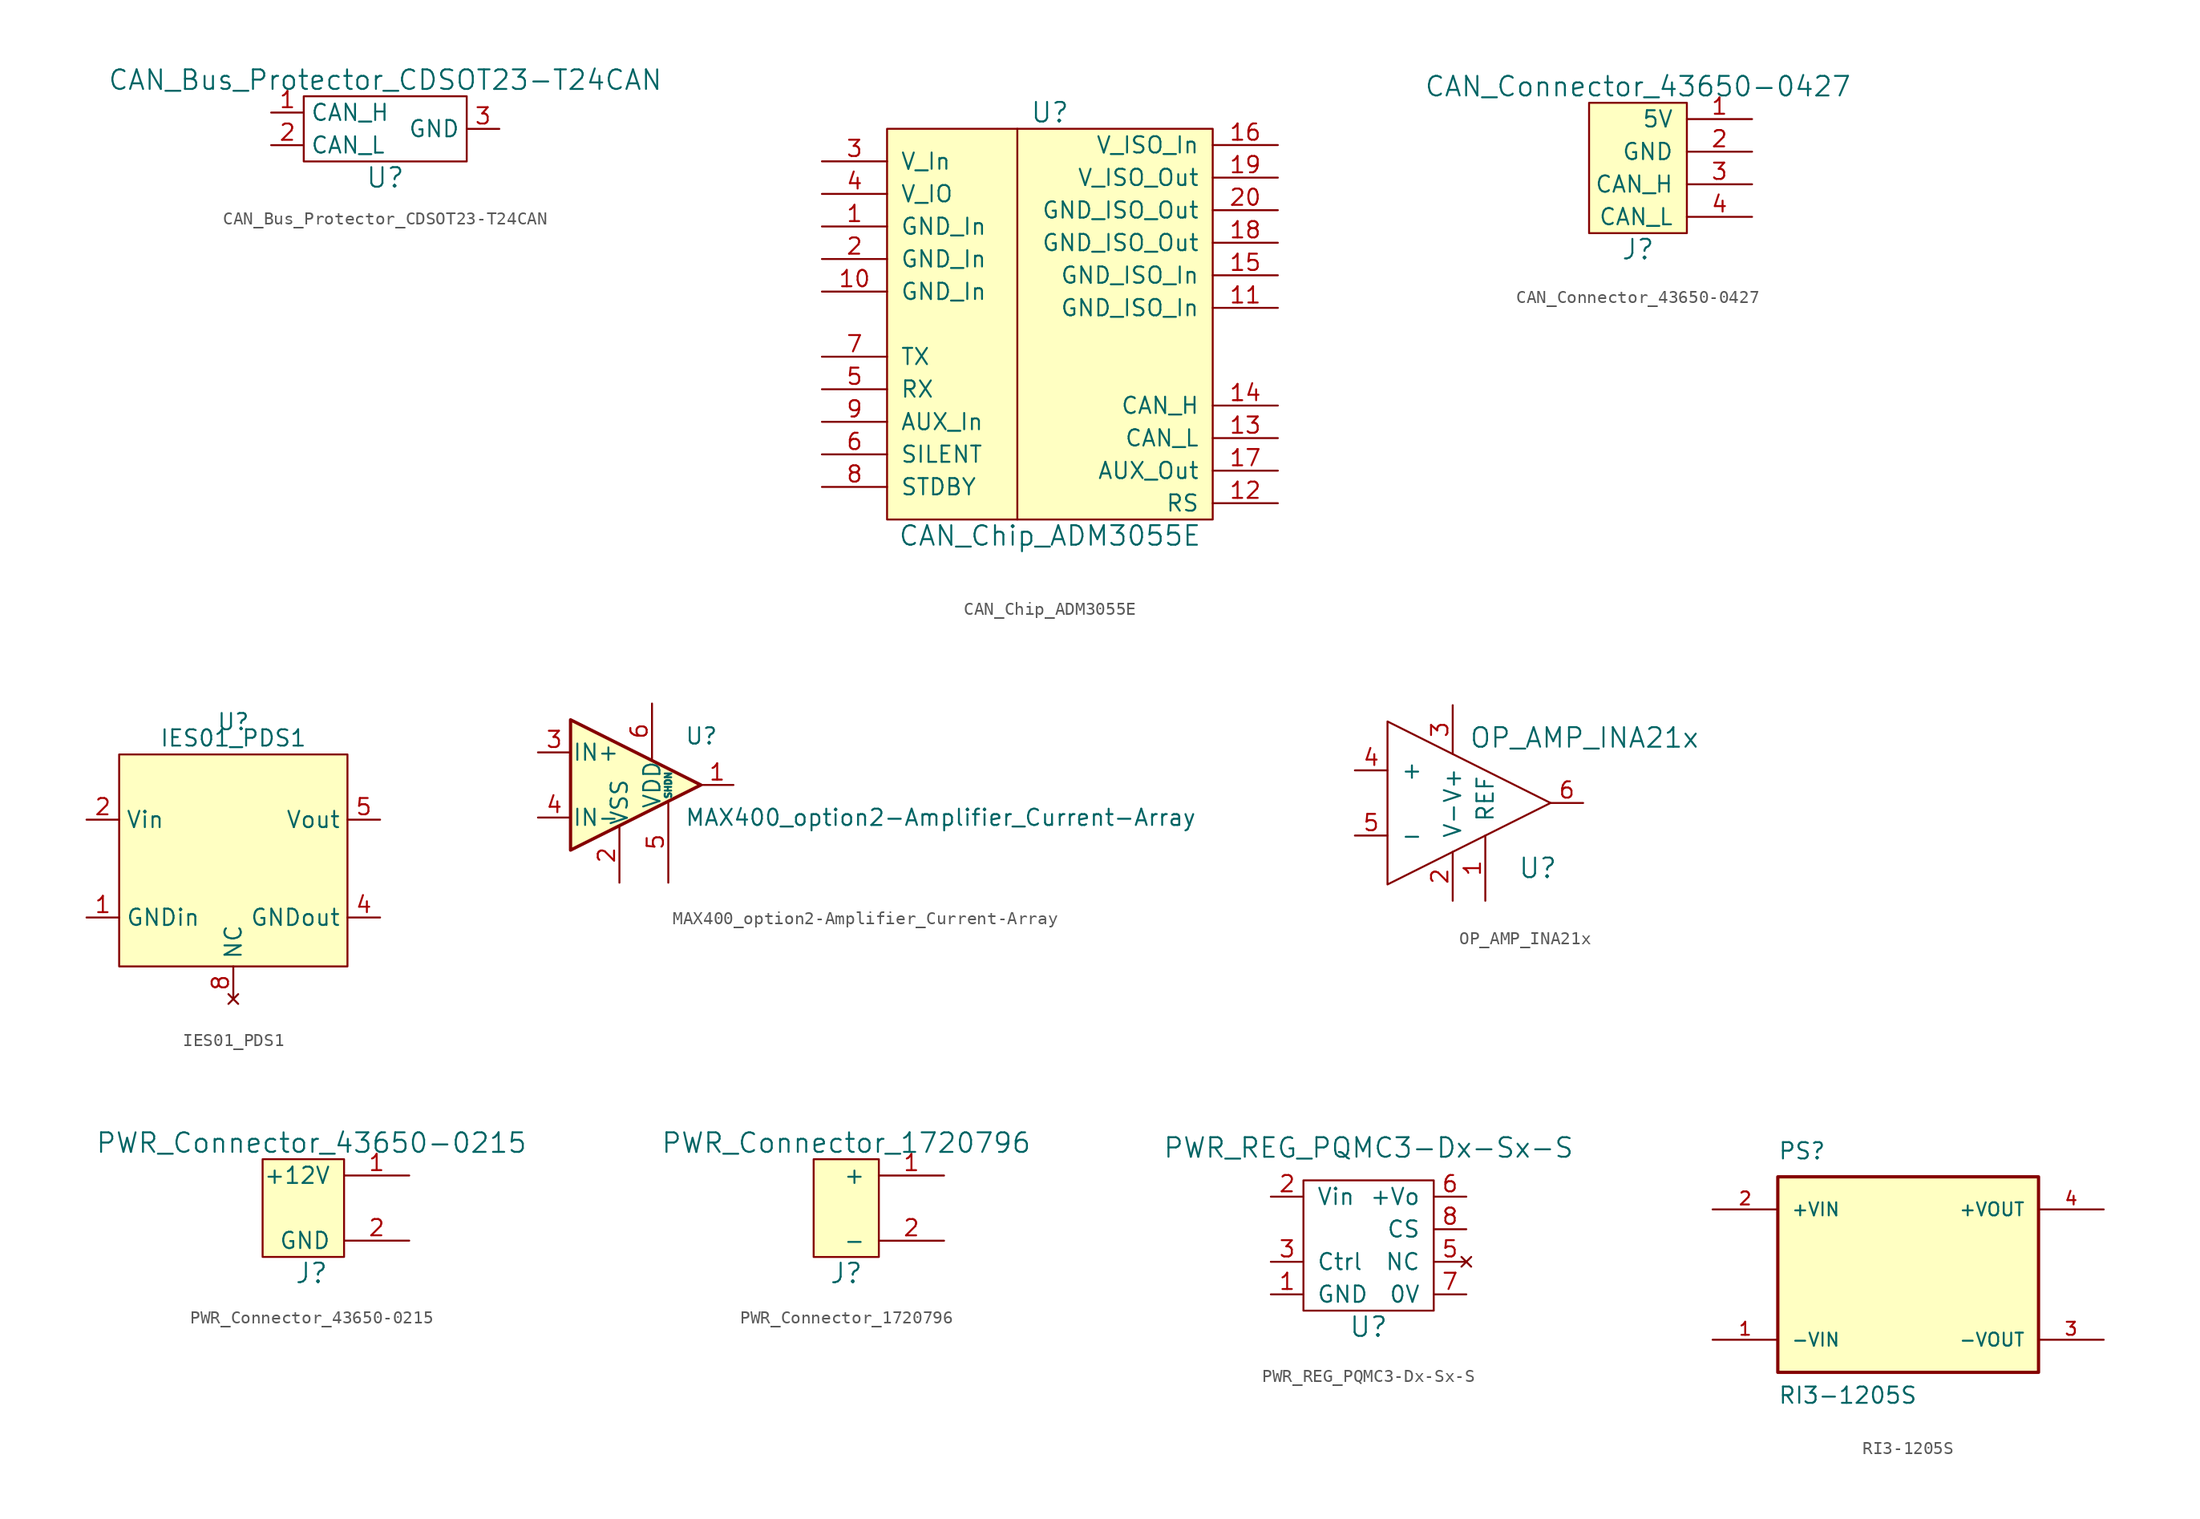
<source format=kicad_sym>
(kicad_symbol_lib
  (version 20211014)
  (generator kicad_symbol_editor)
  (symbol "CAN_Bus_Protector_CDSOT23-T24CAN"
    (property "Reference" "U"
      (at 0 -3.81 0)
      (effects (font (size 1.524 1.524))))
    (property "Value" "CAN_Bus_Protector_CDSOT23-T24CAN"
      (at 0 3.81 0)
      (effects (font (size 1.524 1.524))))
    (symbol "CAN_Bus_Protector_CDSOT23-T24CAN_0_1"
      (rectangle (start 6.35 2.54) (end -6.35 -2.54) (stroke (width 0) (type default) (color 0 0 0 0)) (fill (type none))))
    (symbol "CAN_Bus_Protector_CDSOT23-T24CAN_1_1"
      (pin passive line (at -8.89 1.27 0) (length 2.54) (name "CAN_H" (effects (font (size 1.27 1.27)))) (number "1" (effects (font (size 1.27 1.27)))))
      (pin passive line (at -8.89 -1.27 0) (length 2.54) (name "CAN_L" (effects (font (size 1.27 1.27)))) (number "2" (effects (font (size 1.27 1.27)))))
      (pin passive line (at 8.89 0 180) (length 2.54) (name "GND" (effects (font (size 1.27 1.27)))) (number "3" (effects (font (size 1.27 1.27)))))))
  (symbol "CAN_Chip_ADM3055E"
    (pin_names
      (offset 1.016))
    (property "Reference" "U"
      (at 0 16.51 0)
      (effects (font (size 1.524 1.524))))
    (property "Value" "CAN_Chip_ADM3055E"
      (at 0 -16.51 0)
      (effects (font (size 1.524 1.524))))
    (symbol "CAN_Chip_ADM3055E_0_1"
      (rectangle (start -12.7 15.24) (end 12.7 -15.24) (stroke (width 0) (type default) (color 0 0 0 0)) (fill (type background)))
      (polyline (pts (xy -2.54 15.24) (xy -2.54 -15.24)) (stroke (width 0) (type default) (color 0 0 0 0)) (fill (type none))))
    (symbol "CAN_Chip_ADM3055E_1_1"
      (pin power_in line (at -17.78 7.62 0) (length 5.08) (name "GND_In" (effects (font (size 1.27 1.27)))) (number "1" (effects (font (size 1.27 1.27)))))
      (pin power_in line (at -17.78 2.54 0) (length 5.08) (name "GND_In" (effects (font (size 1.27 1.27)))) (number "10" (effects (font (size 1.27 1.27)))))
      (pin power_in line (at 17.78 1.27 180) (length 5.08) (name "GND_ISO_In" (effects (font (size 1.27 1.27)))) (number "11" (effects (font (size 1.27 1.27)))))
      (pin input line (at 17.78 -13.97 180) (length 5.08) (name "RS" (effects (font (size 1.27 1.27)))) (number "12" (effects (font (size 1.27 1.27)))))
      (pin bidirectional line (at 17.78 -8.89 180) (length 5.08) (name "CAN_L" (effects (font (size 1.27 1.27)))) (number "13" (effects (font (size 1.27 1.27)))))
      (pin bidirectional line (at 17.78 -6.35 180) (length 5.08) (name "CAN_H" (effects (font (size 1.27 1.27)))) (number "14" (effects (font (size 1.27 1.27)))))
      (pin power_in line (at 17.78 3.81 180) (length 5.08) (name "GND_ISO_In" (effects (font (size 1.27 1.27)))) (number "15" (effects (font (size 1.27 1.27)))))
      (pin power_in line (at 17.78 13.97 180) (length 5.08) (name "V_ISO_In" (effects (font (size 1.27 1.27)))) (number "16" (effects (font (size 1.27 1.27)))))
      (pin output line (at 17.78 -11.43 180) (length 5.08) (name "AUX_Out" (effects (font (size 1.27 1.27)))) (number "17" (effects (font (size 1.27 1.27)))))
      (pin power_in line (at 17.78 6.35 180) (length 5.08) (name "GND_ISO_Out" (effects (font (size 1.27 1.27)))) (number "18" (effects (font (size 1.27 1.27)))))
      (pin power_out line (at 17.78 11.43 180) (length 5.08) (name "V_ISO_Out" (effects (font (size 1.27 1.27)))) (number "19" (effects (font (size 1.27 1.27)))))
      (pin power_in line (at -17.78 5.08 0) (length 5.08) (name "GND_In" (effects (font (size 1.27 1.27)))) (number "2" (effects (font (size 1.27 1.27)))))
      (pin power_out line (at 17.78 8.89 180) (length 5.08) (name "GND_ISO_Out" (effects (font (size 1.27 1.27)))) (number "20" (effects (font (size 1.27 1.27)))))
      (pin power_in line (at -17.78 12.7 0) (length 5.08) (name "V_In" (effects (font (size 1.27 1.27)))) (number "3" (effects (font (size 1.27 1.27)))))
      (pin power_in line (at -17.78 10.16 0) (length 5.08) (name "V_IO" (effects (font (size 1.27 1.27)))) (number "4" (effects (font (size 1.27 1.27)))))
      (pin output line (at -17.78 -5.08 0) (length 5.08) (name "RX" (effects (font (size 1.27 1.27)))) (number "5" (effects (font (size 1.27 1.27)))))
      (pin input line (at -17.78 -10.16 0) (length 5.08) (name "SILENT" (effects (font (size 1.27 1.27)))) (number "6" (effects (font (size 1.27 1.27)))))
      (pin input line (at -17.78 -2.54 0) (length 5.08) (name "TX" (effects (font (size 1.27 1.27)))) (number "7" (effects (font (size 1.27 1.27)))))
      (pin input line (at -17.78 -12.7 0) (length 5.08) (name "STDBY" (effects (font (size 1.27 1.27)))) (number "8" (effects (font (size 1.27 1.27)))))
      (pin input line (at -17.78 -7.62 0) (length 5.08) (name "AUX_In" (effects (font (size 1.27 1.27)))) (number "9" (effects (font (size 1.27 1.27)))))))
  (symbol "CAN_Connector_43650-0427"
    (pin_names
      (offset 1.016))
    (property "Reference" "J"
      (at 0 -6.35 0)
      (effects (font (size 1.524 1.524))))
    (property "Value" "CAN_Connector_43650-0427"
      (at 0 6.35 0)
      (effects (font (size 1.524 1.524))))
    (symbol "CAN_Connector_43650-0427_0_1"
      (rectangle (start 3.81 5.08) (end -3.81 -5.08) (stroke (width 0) (type default) (color 0 0 0 0)) (fill (type background))))
    (symbol "CAN_Connector_43650-0427_1_1"
      (pin power_in line (at 8.89 3.81 180) (length 5.08) (name "5V" (effects (font (size 1.27 1.27)))) (number "1" (effects (font (size 1.27 1.27)))))
      (pin power_in line (at 8.89 1.27 180) (length 5.08) (name "GND" (effects (font (size 1.27 1.27)))) (number "2" (effects (font (size 1.27 1.27)))))
      (pin bidirectional line (at 8.89 -1.27 180) (length 5.08) (name "CAN_H" (effects (font (size 1.27 1.27)))) (number "3" (effects (font (size 1.27 1.27)))))
      (pin bidirectional line (at 8.89 -3.81 180) (length 5.08) (name "CAN_L" (effects (font (size 1.27 1.27)))) (number "4" (effects (font (size 1.27 1.27)))))))
  (symbol "IES01_PDS1"
    (property "Reference" "U"
      (at 0 0 0)
      (effects (font (size 1.27 1.27))))
    (property "Value" "IES01_PDS1"
      (at 0 -1.27 0)
      (effects (font (size 1.27 1.27))))
    (symbol "IES01_PDS1_0_1"
      (rectangle (start -8.89 -2.54) (end 8.89 -19.05) (stroke (width 0.152) (type default) (color 0 0 0 0)) (fill (type background))))
    (symbol "IES01_PDS1_1_1"
      (pin input line (at -11.43 -15.24 0) (length 2.54) (name "GNDin" (effects (font (size 1.27 1.27)))) (number "1" (effects (font (size 1.27 1.27)))))
      (pin input line (at -11.43 -7.62 0) (length 2.54) (name "Vin" (effects (font (size 1.27 1.27)))) (number "2" (effects (font (size 1.27 1.27)))))
      (pin input line (at 11.43 -15.24 180) (length 2.54) (name "GNDout" (effects (font (size 1.27 1.27)))) (number "4" (effects (font (size 1.27 1.27)))))
      (pin power_out line (at 11.43 -7.62 180) (length 2.54) (name "Vout" (effects (font (size 1.27 1.27)))) (number "5" (effects (font (size 1.27 1.27)))))
      (pin no_connect line (at 0 -21.59 90) (length 2.54) (name "NC" (effects (font (size 1.27 1.27)))) (number "8" (effects (font (size 1.27 1.27)))))))
  (symbol "MAX400_option2-Amplifier_Current-Array"
    (pin_names
      (offset 0.127))
    (property "Reference" "U"
      (at 3.81 3.81 0)
      (effects (font (size 1.27 1.27)) (justify left)))
    (property "Value" "MAX400_option2-Amplifier_Current-Array"
      (at 3.81 -2.54 0)
      (effects (font (size 1.27 1.27)) (justify left)))
    (symbol "MAX400_option2-Amplifier_Current-Array_0_1"
      (polyline (pts (xy 5.08 0) (xy -5.08 5.08) (xy -5.08 -5.08) (xy 5.08 0)) (stroke (width 0.254) (type default) (color 0 0 0 0)) (fill (type background))))
    (symbol "MAX400_option2-Amplifier_Current-Array_1_1"
      (pin output line (at 7.62 0 180) (length 2.54) (name "~" (effects (font (size 1.27 1.27)))) (number "1" (effects (font (size 1.27 1.27)))))
      (pin power_in line (at -1.27 -7.62 90) (length 4.293) (name "VSS" (effects (font (size 1.27 1.27)))) (number "2" (effects (font (size 1.27 1.27)))))
      (pin input line (at -7.62 2.54 0) (length 2.54) (name "IN+" (effects (font (size 1.27 1.27)))) (number "3" (effects (font (size 1.27 1.27)))))
      (pin input line (at -7.62 -2.54 0) (length 2.54) (name "IN-" (effects (font (size 1.27 1.27)))) (number "4" (effects (font (size 1.27 1.27)))))
      (pin input line (at 2.54 -7.62 90) (length 6.35) (name "SHDN" (effects (font (size 0.508 0.508)))) (number "5" (effects (font (size 1.27 1.27)))))
      (pin power_in line (at 1.27 6.35 270) (length 4.293) (name "VDD" (effects (font (size 1.27 1.27)))) (number "6" (effects (font (size 1.27 1.27)))))))
  (symbol "OP_AMP_INA21x"
    (pin_names
      (offset 1.016))
    (property "Reference" "U"
      (at 5.08 -5.08 0)
      (effects (font (size 1.524 1.524)) (justify left)))
    (property "Value" "OP_AMP_INA21x"
      (at 1.27 5.08 0)
      (effects (font (size 1.524 1.524)) (justify left)))
    (symbol "OP_AMP_INA21x_0_1"
      (polyline (pts (xy -5.08 6.35) (xy 7.62 0) (xy -5.08 -6.35) (xy -5.08 6.35)) (stroke (width 0) (type default) (color 0 0 0 0)) (fill (type none))))
    (symbol "OP_AMP_INA21x_1_1"
      (pin input line (at 2.54 -7.62 90) (length 5.08) (name "REF" (effects (font (size 1.27 1.27)))) (number "1" (effects (font (size 1.27 1.27)))))
      (pin power_in line (at 0 -7.62 90) (length 3.81) (name "V-" (effects (font (size 1.27 1.27)))) (number "2" (effects (font (size 1.27 1.27)))))
      (pin power_in line (at 0 7.62 270) (length 3.81) (name "V+" (effects (font (size 1.27 1.27)))) (number "3" (effects (font (size 1.27 1.27)))))
      (pin input line (at -7.62 2.54 0) (length 2.54) (name "+" (effects (font (size 1.27 1.27)))) (number "4" (effects (font (size 1.27 1.27)))))
      (pin input line (at -7.62 -2.54 0) (length 2.54) (name "-" (effects (font (size 1.27 1.27)))) (number "5" (effects (font (size 1.27 1.27)))))
      (pin output line (at 10.16 0 180) (length 2.54) (name "~" (effects (font (size 1.27 1.27)))) (number "6" (effects (font (size 1.27 1.27)))))))
  (symbol "PWR_Connector_43650-0215"
    (pin_names
      (offset 1.016))
    (property "Reference" "J"
      (at 0 -5.08 0)
      (effects (font (size 1.524 1.524))))
    (property "Value" "PWR_Connector_43650-0215"
      (at 0 5.08 0)
      (effects (font (size 1.524 1.524))))
    (symbol "PWR_Connector_43650-0215_0_1"
      (rectangle (start 2.54 3.81) (end -3.81 -3.81) (stroke (width 0) (type default) (color 0 0 0 0)) (fill (type background))))
    (symbol "PWR_Connector_43650-0215_1_1"
      (pin power_out line (at 7.62 2.54 180) (length 5.08) (name "+12V" (effects (font (size 1.27 1.27)))) (number "1" (effects (font (size 1.27 1.27)))))
      (pin power_out line (at 7.62 -2.54 180) (length 5.08) (name "GND" (effects (font (size 1.27 1.27)))) (number "2" (effects (font (size 1.27 1.27)))))))
  (symbol "PWR_Connector_1720796"
    (pin_names
      (offset 1.016))
    (property "Reference" "J"
      (at 0 -5.08 0)
      (effects (font (size 1.524 1.524))))
    (property "Value" "PWR_Connector_1720796"
      (at 0 5.08 0)
      (effects (font (size 1.524 1.524))))
    (symbol "PWR_Connector_1720796_0_1"
      (rectangle (start 2.54 3.81) (end -2.54 -3.81) (stroke (width 0) (type default) (color 0 0 0 0)) (fill (type background))))
    (symbol "PWR_Connector_1720796_1_1"
      (pin passive line (at 7.62 2.54 180) (length 5.08) (name "+" (effects (font (size 1.27 1.27)))) (number "1" (effects (font (size 1.27 1.27)))))
      (pin passive line (at 7.62 -2.54 180) (length 5.08) (name "-" (effects (font (size 1.27 1.27)))) (number "2" (effects (font (size 1.27 1.27)))))))
  (symbol "PWR_REG_PQMC3-Dx-Sx-S"
    (pin_names
      (offset 1.016))
    (property "Reference" "U"
      (at 0 -6.35 0)
      (effects (font (size 1.524 1.524))))
    (property "Value" "PWR_REG_PQMC3-Dx-Sx-S"
      (at 0 7.62 0)
      (effects (font (size 1.524 1.524))))
    (symbol "PWR_REG_PQMC3-Dx-Sx-S_0_1"
      (rectangle (start 5.08 5.08) (end -5.08 -5.08) (stroke (width 0) (type default) (color 0 0 0 0)) (fill (type none))))
    (symbol "PWR_REG_PQMC3-Dx-Sx-S_1_1"
      (pin power_in line (at -7.62 -3.81 0) (length 2.54) (name "GND" (effects (font (size 1.27 1.27)))) (number "1" (effects (font (size 1.27 1.27)))))
      (pin power_in line (at -7.62 3.81 0) (length 2.54) (name "Vin" (effects (font (size 1.27 1.27)))) (number "2" (effects (font (size 1.27 1.27)))))
      (pin input line (at -7.62 -1.27 0) (length 2.54) (name "Ctrl" (effects (font (size 1.27 1.27)))) (number "3" (effects (font (size 1.27 1.27)))))
      (pin no_connect line (at 7.62 -1.27 180) (length 2.54) (name "NC" (effects (font (size 1.27 1.27)))) (number "5" (effects (font (size 1.27 1.27)))))
      (pin power_out line (at 7.62 3.81 180) (length 2.54) (name "+Vo" (effects (font (size 1.27 1.27)))) (number "6" (effects (font (size 1.27 1.27)))))
      (pin power_out line (at 7.62 -3.81 180) (length 2.54) (name "0V" (effects (font (size 1.27 1.27)))) (number "7" (effects (font (size 1.27 1.27)))))
      (pin output line (at 7.62 1.27 180) (length 2.54) (name "CS" (effects (font (size 1.27 1.27)))) (number "8" (effects (font (size 1.27 1.27)))))))
  (symbol "RI3-1205S"
    (pin_names
      (offset 1.016))
    (property "Reference" "PS"
      (at -10.16 8.89 0)
      (effects (font (size 1.27 1.27)) (justify left bottom)))
    (property "Value" "RI3-1205S"
      (at -10.16 -10.16 0)
      (effects (font (size 1.27 1.27)) (justify left bottom)))
    (property "ki_locked" ""
      (at 0 0 0)
      (effects (font (size 1.27 1.27))))
    (symbol "RI3-1205S_0_0"
      (rectangle (start -10.16 -7.62) (end 10.16 7.62) (stroke (width 0.254) (type default) (color 0 0 0 0)) (fill (type background)))
      (pin power_in line (at -15.24 -5.08 0) (length 5.08) (name "-VIN" (effects (font (size 1.016 1.016)))) (number "1" (effects (font (size 1.016 1.016)))))
      (pin power_in line (at -15.24 5.08 0) (length 5.08) (name "+VIN" (effects (font (size 1.016 1.016)))) (number "2" (effects (font (size 1.016 1.016)))))
      (pin power_out line (at 15.24 -5.08 180) (length 5.08) (name "-VOUT" (effects (font (size 1.016 1.016)))) (number "3" (effects (font (size 1.016 1.016)))))
      (pin power_out line (at 15.24 5.08 180) (length 5.08) (name "+VOUT" (effects (font (size 1.016 1.016)))) (number "4" (effects (font (size 1.016 1.016))))))))
</source>
